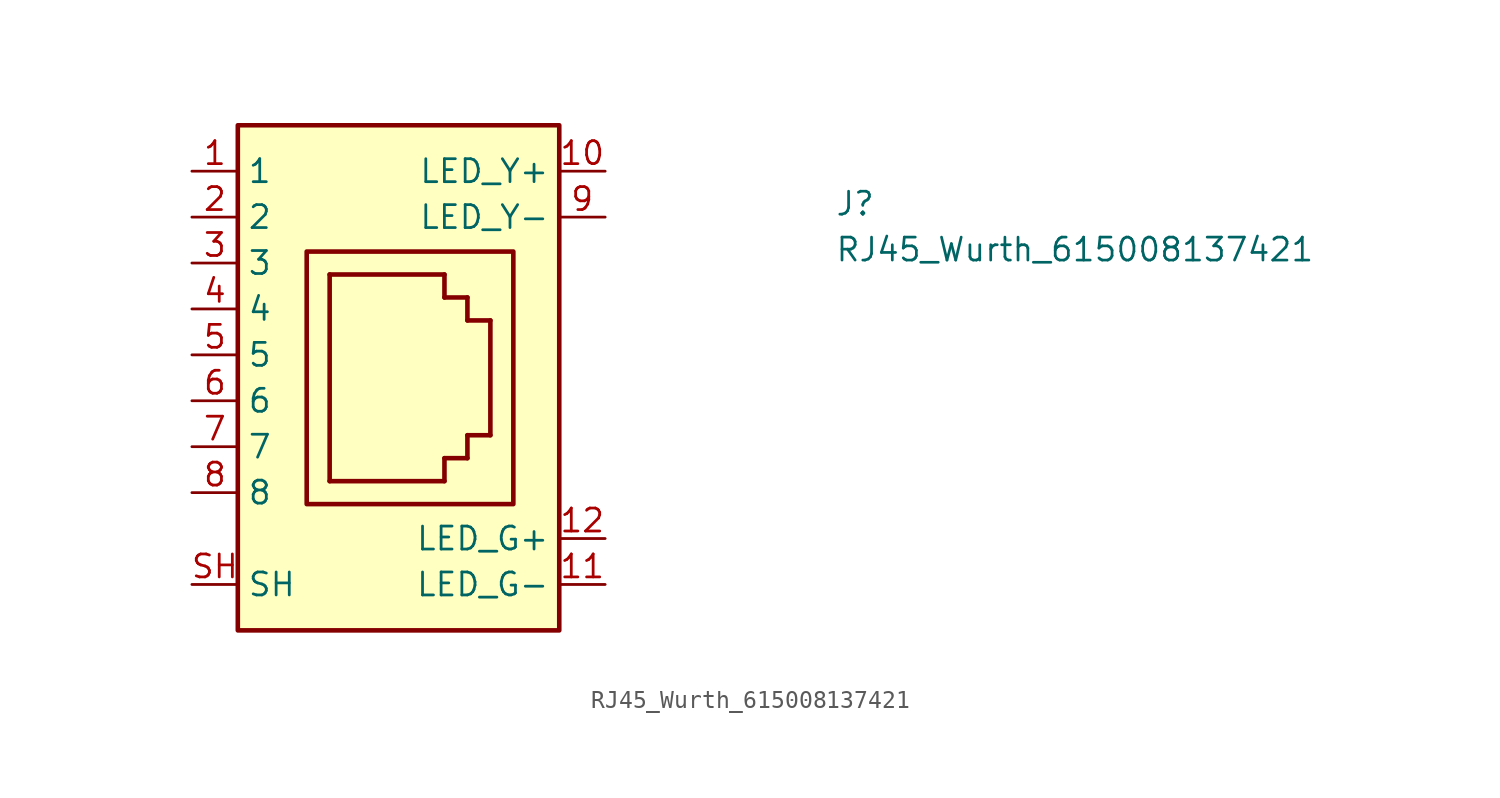
<source format=kicad_sym>
(kicad_symbol_lib
  (version 20211014)
  (generator kicad_symbol_editor)
  (symbol "RJ45_Wurth_615008137421"
    (property "Reference" "J"
      (at 35.56 -2.54 0)
      (effects (font (size 1.27 1.27) (thickness 0.15)) (justify left bottom)))
    (property "Value" "RJ45_Wurth_615008137421"
      (at 35.56 -5.08 0)
      (effects (font (size 1.27 1.27) (thickness 0.15)) (justify left bottom)))
    (symbol "RJ45_Wurth_615008137421_1_1"
      (polyline (pts (xy 7.62 -17.145) (xy 7.62 -5.715)) (stroke (width 0.254) (type default) (color 0 0 0 0)) (fill (type background)))
      (polyline (pts (xy 7.62 -5.715) (xy 13.97 -5.715)) (stroke (width 0.254) (type default) (color 0 0 0 0)) (fill (type background)))
      (polyline (pts (xy 13.97 -17.145) (xy 7.62 -17.145)) (stroke (width 0.254) (type default) (color 0 0 0 0)) (fill (type background)))
      (polyline (pts (xy 13.97 -17.145) (xy 13.97 -15.875)) (stroke (width 0.254) (type default) (color 0 0 0 0)) (fill (type background)))
      (polyline (pts (xy 13.97 -15.875) (xy 15.24 -15.875)) (stroke (width 0.254) (type default) (color 0 0 0 0)) (fill (type background)))
      (polyline (pts (xy 13.97 -6.985) (xy 15.24 -6.985)) (stroke (width 0.254) (type default) (color 0 0 0 0)) (fill (type background)))
      (polyline (pts (xy 13.97 -5.715) (xy 13.97 -6.985)) (stroke (width 0.254) (type default) (color 0 0 0 0)) (fill (type background)))
      (polyline (pts (xy 15.24 -15.875) (xy 15.24 -14.605)) (stroke (width 0.254) (type default) (color 0 0 0 0)) (fill (type background)))
      (polyline (pts (xy 15.24 -14.605) (xy 16.51 -14.605)) (stroke (width 0.254) (type default) (color 0 0 0 0)) (fill (type background)))
      (polyline (pts (xy 15.24 -8.255) (xy 16.51 -8.255)) (stroke (width 0.254) (type default) (color 0 0 0 0)) (fill (type background)))
      (polyline (pts (xy 15.24 -6.985) (xy 15.24 -8.255)) (stroke (width 0.254) (type default) (color 0 0 0 0)) (fill (type background)))
      (polyline (pts (xy 16.51 -8.255) (xy 16.51 -14.605)) (stroke (width 0.254) (type default) (color 0 0 0 0)) (fill (type background)))
      (rectangle (start 2.54 2.54) (end 20.32 -25.4) (stroke (width 0.254) (type default) (color 0 0 0 0)) (fill (type background)))
      (rectangle (start 6.35 -4.445) (end 17.78 -18.415) (stroke (width 0.254) (type default) (color 0 0 0 0)) (fill (type background)))
      (pin bidirectional line (at 0 0 0) (length 2.54) (name "1" (effects (font (size 1.27 1.27)))) (number "1" (effects (font (size 1.27 1.27)))))
      (pin passive line (at 22.86 0 180) (length 2.54) (name "LED_Y+" (effects (font (size 1.27 1.27)))) (number "10" (effects (font (size 1.27 1.27)))))
      (pin passive line (at 22.86 -22.86 180) (length 2.54) (name "LED_G-" (effects (font (size 1.27 1.27)))) (number "11" (effects (font (size 1.27 1.27)))))
      (pin passive line (at 22.86 -20.32 180) (length 2.54) (name "LED_G+" (effects (font (size 1.27 1.27)))) (number "12" (effects (font (size 1.27 1.27)))))
      (pin bidirectional line (at 0 -2.54 0) (length 2.54) (name "2" (effects (font (size 1.27 1.27)))) (number "2" (effects (font (size 1.27 1.27)))))
      (pin bidirectional line (at 0 -5.08 0) (length 2.54) (name "3" (effects (font (size 1.27 1.27)))) (number "3" (effects (font (size 1.27 1.27)))))
      (pin bidirectional line (at 0 -7.62 0) (length 2.54) (name "4" (effects (font (size 1.27 1.27)))) (number "4" (effects (font (size 1.27 1.27)))))
      (pin bidirectional line (at 0 -10.16 0) (length 2.54) (name "5" (effects (font (size 1.27 1.27)))) (number "5" (effects (font (size 1.27 1.27)))))
      (pin bidirectional line (at 0 -12.7 0) (length 2.54) (name "6" (effects (font (size 1.27 1.27)))) (number "6" (effects (font (size 1.27 1.27)))))
      (pin bidirectional line (at 0 -15.24 0) (length 2.54) (name "7" (effects (font (size 1.27 1.27)))) (number "7" (effects (font (size 1.27 1.27)))))
      (pin bidirectional line (at 0 -17.78 0) (length 2.54) (name "8" (effects (font (size 1.27 1.27)))) (number "8" (effects (font (size 1.27 1.27)))))
      (pin passive line (at 22.86 -2.54 180) (length 2.54) (name "LED_Y-" (effects (font (size 1.27 1.27)))) (number "9" (effects (font (size 1.27 1.27)))))
      (pin bidirectional line (at 0 -22.86 0) (length 2.54) (name "SH" (effects (font (size 1.27 1.27)))) (number "SH" (effects (font (size 1.27 1.27))))))))
</source>
